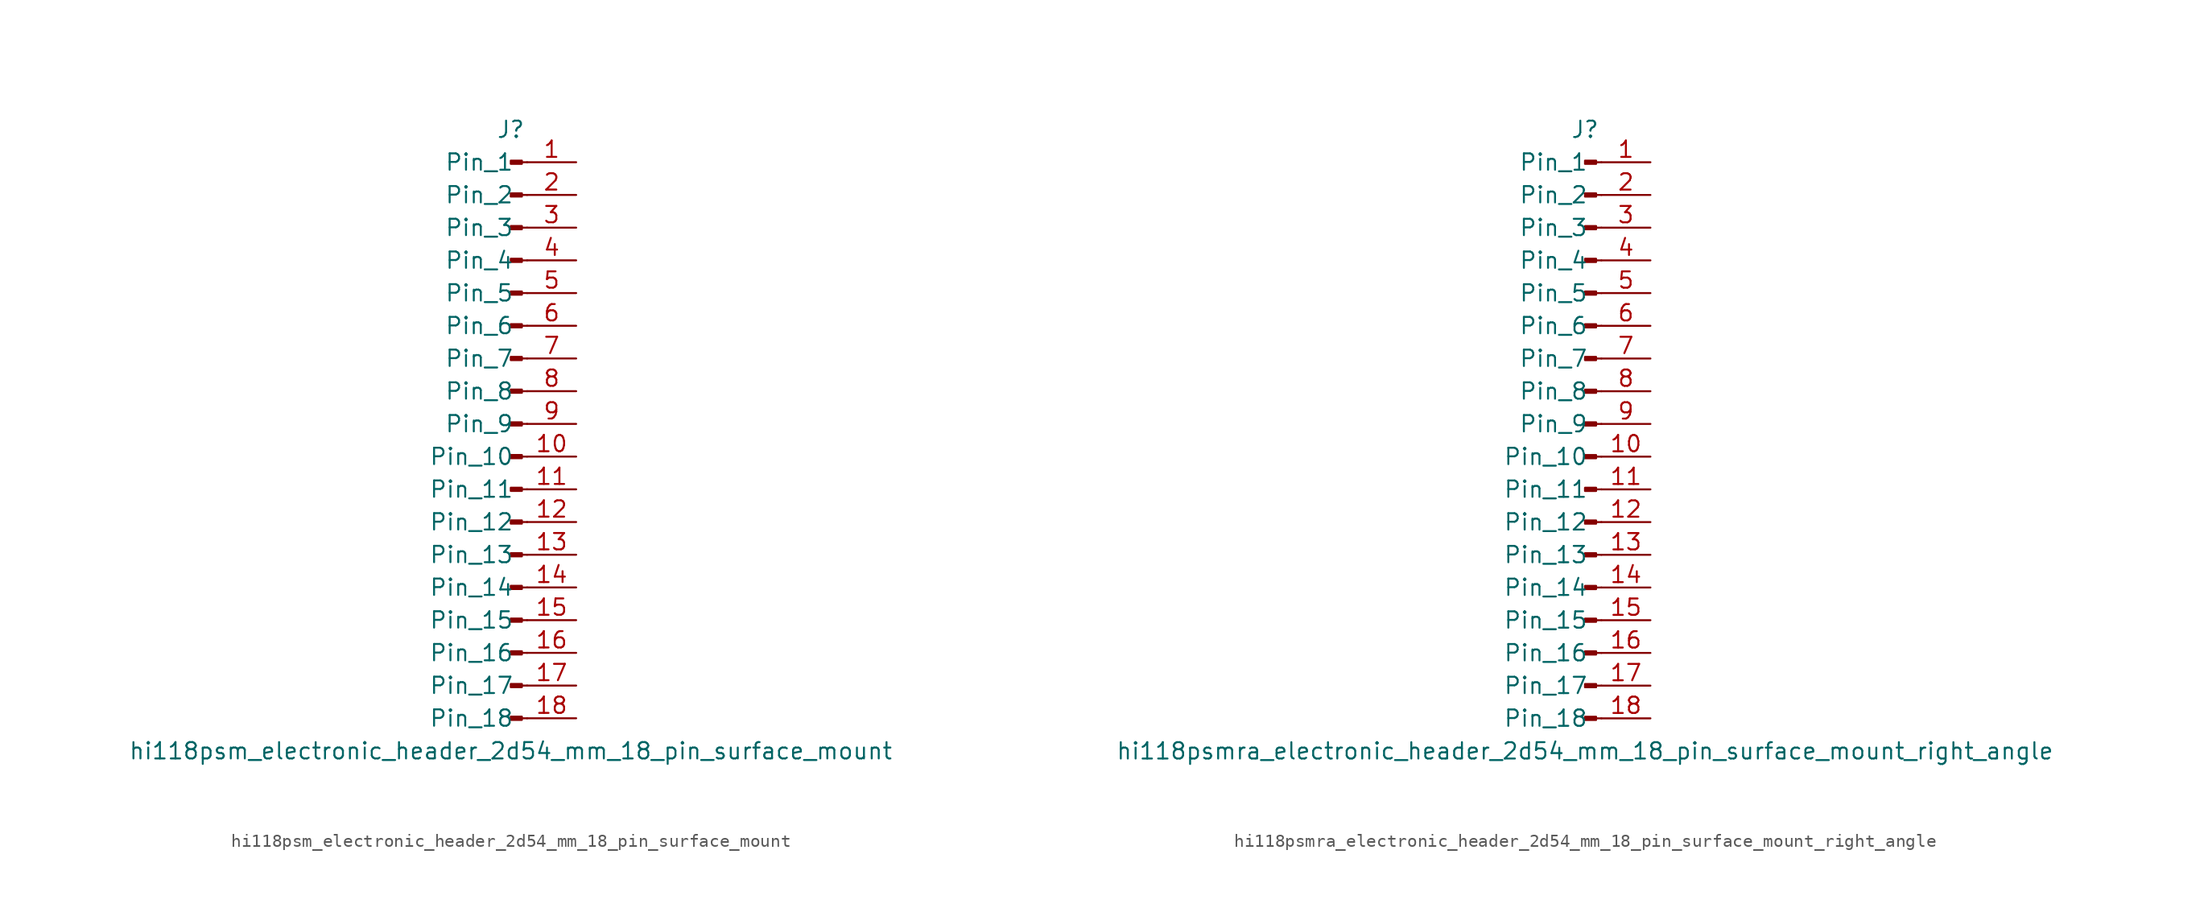
<source format=kicad_sym>
(kicad_symbol_lib
  (version 20220914)
  (generator kicad_symbol_editor)
  (symbol "hi118psm_electronic_header_2d54_mm_18_pin_surface_mount"
    (pin_names
      (offset 1.016))
    (property "Reference" "J"
      (at 0 22.86 0)
      (effects (font (size 1.27 1.27))))
    (property "Value" "hi118psm_electronic_header_2d54_mm_18_pin_surface_mount"
      (at 0 -25.4 0)
      (effects (font (size 1.27 1.27))))
    (property "ki_locked" ""
      (at 0 0 0)
      (effects (font (size 1.27 1.27))))
    (symbol "hi118psm_electronic_header_2d54_mm_18_pin_surface_mount_1_1"
      (polyline (pts (xy 1.27 -22.86) (xy 0.864 -22.86)) (stroke (width 0.152) (type default)) (fill (type none)))
      (polyline (pts (xy 1.27 -20.32) (xy 0.864 -20.32)) (stroke (width 0.152) (type default)) (fill (type none)))
      (polyline (pts (xy 1.27 -17.78) (xy 0.864 -17.78)) (stroke (width 0.152) (type default)) (fill (type none)))
      (polyline (pts (xy 1.27 -15.24) (xy 0.864 -15.24)) (stroke (width 0.152) (type default)) (fill (type none)))
      (polyline (pts (xy 1.27 -12.7) (xy 0.864 -12.7)) (stroke (width 0.152) (type default)) (fill (type none)))
      (polyline (pts (xy 1.27 -10.16) (xy 0.864 -10.16)) (stroke (width 0.152) (type default)) (fill (type none)))
      (polyline (pts (xy 1.27 -7.62) (xy 0.864 -7.62)) (stroke (width 0.152) (type default)) (fill (type none)))
      (polyline (pts (xy 1.27 -5.08) (xy 0.864 -5.08)) (stroke (width 0.152) (type default)) (fill (type none)))
      (polyline (pts (xy 1.27 -2.54) (xy 0.864 -2.54)) (stroke (width 0.152) (type default)) (fill (type none)))
      (polyline (pts (xy 1.27 0) (xy 0.864 0)) (stroke (width 0.152) (type default)) (fill (type none)))
      (polyline (pts (xy 1.27 2.54) (xy 0.864 2.54)) (stroke (width 0.152) (type default)) (fill (type none)))
      (polyline (pts (xy 1.27 5.08) (xy 0.864 5.08)) (stroke (width 0.152) (type default)) (fill (type none)))
      (polyline (pts (xy 1.27 7.62) (xy 0.864 7.62)) (stroke (width 0.152) (type default)) (fill (type none)))
      (polyline (pts (xy 1.27 10.16) (xy 0.864 10.16)) (stroke (width 0.152) (type default)) (fill (type none)))
      (polyline (pts (xy 1.27 12.7) (xy 0.864 12.7)) (stroke (width 0.152) (type default)) (fill (type none)))
      (polyline (pts (xy 1.27 15.24) (xy 0.864 15.24)) (stroke (width 0.152) (type default)) (fill (type none)))
      (polyline (pts (xy 1.27 17.78) (xy 0.864 17.78)) (stroke (width 0.152) (type default)) (fill (type none)))
      (polyline (pts (xy 1.27 20.32) (xy 0.864 20.32)) (stroke (width 0.152) (type default)) (fill (type none)))
      (rectangle (start 0.864 -22.733) (end 0 -22.987) (stroke (width 0.152) (type default)) (fill (type outline)))
      (rectangle (start 0.864 -20.193) (end 0 -20.447) (stroke (width 0.152) (type default)) (fill (type outline)))
      (rectangle (start 0.864 -17.653) (end 0 -17.907) (stroke (width 0.152) (type default)) (fill (type outline)))
      (rectangle (start 0.864 -15.113) (end 0 -15.367) (stroke (width 0.152) (type default)) (fill (type outline)))
      (rectangle (start 0.864 -12.573) (end 0 -12.827) (stroke (width 0.152) (type default)) (fill (type outline)))
      (rectangle (start 0.864 -10.033) (end 0 -10.287) (stroke (width 0.152) (type default)) (fill (type outline)))
      (rectangle (start 0.864 -7.493) (end 0 -7.747) (stroke (width 0.152) (type default)) (fill (type outline)))
      (rectangle (start 0.864 -4.953) (end 0 -5.207) (stroke (width 0.152) (type default)) (fill (type outline)))
      (rectangle (start 0.864 -2.413) (end 0 -2.667) (stroke (width 0.152) (type default)) (fill (type outline)))
      (rectangle (start 0.864 0.127) (end 0 -0.127) (stroke (width 0.152) (type default)) (fill (type outline)))
      (rectangle (start 0.864 2.667) (end 0 2.413) (stroke (width 0.152) (type default)) (fill (type outline)))
      (rectangle (start 0.864 5.207) (end 0 4.953) (stroke (width 0.152) (type default)) (fill (type outline)))
      (rectangle (start 0.864 7.747) (end 0 7.493) (stroke (width 0.152) (type default)) (fill (type outline)))
      (rectangle (start 0.864 10.287) (end 0 10.033) (stroke (width 0.152) (type default)) (fill (type outline)))
      (rectangle (start 0.864 12.827) (end 0 12.573) (stroke (width 0.152) (type default)) (fill (type outline)))
      (rectangle (start 0.864 15.367) (end 0 15.113) (stroke (width 0.152) (type default)) (fill (type outline)))
      (rectangle (start 0.864 17.907) (end 0 17.653) (stroke (width 0.152) (type default)) (fill (type outline)))
      (rectangle (start 0.864 20.447) (end 0 20.193) (stroke (width 0.152) (type default)) (fill (type outline)))
      (pin passive line (at 5.08 20.32 180) (length 3.81) (name "Pin_1" (effects (font (size 1.27 1.27)))) (number "1" (effects (font (size 1.27 1.27)))))
      (pin passive line (at 5.08 -2.54 180) (length 3.81) (name "Pin_10" (effects (font (size 1.27 1.27)))) (number "10" (effects (font (size 1.27 1.27)))))
      (pin passive line (at 5.08 -5.08 180) (length 3.81) (name "Pin_11" (effects (font (size 1.27 1.27)))) (number "11" (effects (font (size 1.27 1.27)))))
      (pin passive line (at 5.08 -7.62 180) (length 3.81) (name "Pin_12" (effects (font (size 1.27 1.27)))) (number "12" (effects (font (size 1.27 1.27)))))
      (pin passive line (at 5.08 -10.16 180) (length 3.81) (name "Pin_13" (effects (font (size 1.27 1.27)))) (number "13" (effects (font (size 1.27 1.27)))))
      (pin passive line (at 5.08 -12.7 180) (length 3.81) (name "Pin_14" (effects (font (size 1.27 1.27)))) (number "14" (effects (font (size 1.27 1.27)))))
      (pin passive line (at 5.08 -15.24 180) (length 3.81) (name "Pin_15" (effects (font (size 1.27 1.27)))) (number "15" (effects (font (size 1.27 1.27)))))
      (pin passive line (at 5.08 -17.78 180) (length 3.81) (name "Pin_16" (effects (font (size 1.27 1.27)))) (number "16" (effects (font (size 1.27 1.27)))))
      (pin passive line (at 5.08 -20.32 180) (length 3.81) (name "Pin_17" (effects (font (size 1.27 1.27)))) (number "17" (effects (font (size 1.27 1.27)))))
      (pin passive line (at 5.08 -22.86 180) (length 3.81) (name "Pin_18" (effects (font (size 1.27 1.27)))) (number "18" (effects (font (size 1.27 1.27)))))
      (pin passive line (at 5.08 17.78 180) (length 3.81) (name "Pin_2" (effects (font (size 1.27 1.27)))) (number "2" (effects (font (size 1.27 1.27)))))
      (pin passive line (at 5.08 15.24 180) (length 3.81) (name "Pin_3" (effects (font (size 1.27 1.27)))) (number "3" (effects (font (size 1.27 1.27)))))
      (pin passive line (at 5.08 12.7 180) (length 3.81) (name "Pin_4" (effects (font (size 1.27 1.27)))) (number "4" (effects (font (size 1.27 1.27)))))
      (pin passive line (at 5.08 10.16 180) (length 3.81) (name "Pin_5" (effects (font (size 1.27 1.27)))) (number "5" (effects (font (size 1.27 1.27)))))
      (pin passive line (at 5.08 7.62 180) (length 3.81) (name "Pin_6" (effects (font (size 1.27 1.27)))) (number "6" (effects (font (size 1.27 1.27)))))
      (pin passive line (at 5.08 5.08 180) (length 3.81) (name "Pin_7" (effects (font (size 1.27 1.27)))) (number "7" (effects (font (size 1.27 1.27)))))
      (pin passive line (at 5.08 2.54 180) (length 3.81) (name "Pin_8" (effects (font (size 1.27 1.27)))) (number "8" (effects (font (size 1.27 1.27)))))
      (pin passive line (at 5.08 0 180) (length 3.81) (name "Pin_9" (effects (font (size 1.27 1.27)))) (number "9" (effects (font (size 1.27 1.27)))))))
  (symbol "hi118psmra_electronic_header_2d54_mm_18_pin_surface_mount_right_angle"
    (pin_names
      (offset 1.016))
    (property "Reference" "J"
      (at 0 22.86 0)
      (effects (font (size 1.27 1.27))))
    (property "Value" "hi118psmra_electronic_header_2d54_mm_18_pin_surface_mount_right_angle"
      (at 0 -25.4 0)
      (effects (font (size 1.27 1.27))))
    (property "ki_locked" ""
      (at 0 0 0)
      (effects (font (size 1.27 1.27))))
    (symbol "hi118psmra_electronic_header_2d54_mm_18_pin_surface_mount_right_angle_1_1"
      (polyline (pts (xy 1.27 -22.86) (xy 0.864 -22.86)) (stroke (width 0.152) (type default)) (fill (type none)))
      (polyline (pts (xy 1.27 -20.32) (xy 0.864 -20.32)) (stroke (width 0.152) (type default)) (fill (type none)))
      (polyline (pts (xy 1.27 -17.78) (xy 0.864 -17.78)) (stroke (width 0.152) (type default)) (fill (type none)))
      (polyline (pts (xy 1.27 -15.24) (xy 0.864 -15.24)) (stroke (width 0.152) (type default)) (fill (type none)))
      (polyline (pts (xy 1.27 -12.7) (xy 0.864 -12.7)) (stroke (width 0.152) (type default)) (fill (type none)))
      (polyline (pts (xy 1.27 -10.16) (xy 0.864 -10.16)) (stroke (width 0.152) (type default)) (fill (type none)))
      (polyline (pts (xy 1.27 -7.62) (xy 0.864 -7.62)) (stroke (width 0.152) (type default)) (fill (type none)))
      (polyline (pts (xy 1.27 -5.08) (xy 0.864 -5.08)) (stroke (width 0.152) (type default)) (fill (type none)))
      (polyline (pts (xy 1.27 -2.54) (xy 0.864 -2.54)) (stroke (width 0.152) (type default)) (fill (type none)))
      (polyline (pts (xy 1.27 0) (xy 0.864 0)) (stroke (width 0.152) (type default)) (fill (type none)))
      (polyline (pts (xy 1.27 2.54) (xy 0.864 2.54)) (stroke (width 0.152) (type default)) (fill (type none)))
      (polyline (pts (xy 1.27 5.08) (xy 0.864 5.08)) (stroke (width 0.152) (type default)) (fill (type none)))
      (polyline (pts (xy 1.27 7.62) (xy 0.864 7.62)) (stroke (width 0.152) (type default)) (fill (type none)))
      (polyline (pts (xy 1.27 10.16) (xy 0.864 10.16)) (stroke (width 0.152) (type default)) (fill (type none)))
      (polyline (pts (xy 1.27 12.7) (xy 0.864 12.7)) (stroke (width 0.152) (type default)) (fill (type none)))
      (polyline (pts (xy 1.27 15.24) (xy 0.864 15.24)) (stroke (width 0.152) (type default)) (fill (type none)))
      (polyline (pts (xy 1.27 17.78) (xy 0.864 17.78)) (stroke (width 0.152) (type default)) (fill (type none)))
      (polyline (pts (xy 1.27 20.32) (xy 0.864 20.32)) (stroke (width 0.152) (type default)) (fill (type none)))
      (rectangle (start 0.864 -22.733) (end 0 -22.987) (stroke (width 0.152) (type default)) (fill (type outline)))
      (rectangle (start 0.864 -20.193) (end 0 -20.447) (stroke (width 0.152) (type default)) (fill (type outline)))
      (rectangle (start 0.864 -17.653) (end 0 -17.907) (stroke (width 0.152) (type default)) (fill (type outline)))
      (rectangle (start 0.864 -15.113) (end 0 -15.367) (stroke (width 0.152) (type default)) (fill (type outline)))
      (rectangle (start 0.864 -12.573) (end 0 -12.827) (stroke (width 0.152) (type default)) (fill (type outline)))
      (rectangle (start 0.864 -10.033) (end 0 -10.287) (stroke (width 0.152) (type default)) (fill (type outline)))
      (rectangle (start 0.864 -7.493) (end 0 -7.747) (stroke (width 0.152) (type default)) (fill (type outline)))
      (rectangle (start 0.864 -4.953) (end 0 -5.207) (stroke (width 0.152) (type default)) (fill (type outline)))
      (rectangle (start 0.864 -2.413) (end 0 -2.667) (stroke (width 0.152) (type default)) (fill (type outline)))
      (rectangle (start 0.864 0.127) (end 0 -0.127) (stroke (width 0.152) (type default)) (fill (type outline)))
      (rectangle (start 0.864 2.667) (end 0 2.413) (stroke (width 0.152) (type default)) (fill (type outline)))
      (rectangle (start 0.864 5.207) (end 0 4.953) (stroke (width 0.152) (type default)) (fill (type outline)))
      (rectangle (start 0.864 7.747) (end 0 7.493) (stroke (width 0.152) (type default)) (fill (type outline)))
      (rectangle (start 0.864 10.287) (end 0 10.033) (stroke (width 0.152) (type default)) (fill (type outline)))
      (rectangle (start 0.864 12.827) (end 0 12.573) (stroke (width 0.152) (type default)) (fill (type outline)))
      (rectangle (start 0.864 15.367) (end 0 15.113) (stroke (width 0.152) (type default)) (fill (type outline)))
      (rectangle (start 0.864 17.907) (end 0 17.653) (stroke (width 0.152) (type default)) (fill (type outline)))
      (rectangle (start 0.864 20.447) (end 0 20.193) (stroke (width 0.152) (type default)) (fill (type outline)))
      (pin passive line (at 5.08 20.32 180) (length 3.81) (name "Pin_1" (effects (font (size 1.27 1.27)))) (number "1" (effects (font (size 1.27 1.27)))))
      (pin passive line (at 5.08 -2.54 180) (length 3.81) (name "Pin_10" (effects (font (size 1.27 1.27)))) (number "10" (effects (font (size 1.27 1.27)))))
      (pin passive line (at 5.08 -5.08 180) (length 3.81) (name "Pin_11" (effects (font (size 1.27 1.27)))) (number "11" (effects (font (size 1.27 1.27)))))
      (pin passive line (at 5.08 -7.62 180) (length 3.81) (name "Pin_12" (effects (font (size 1.27 1.27)))) (number "12" (effects (font (size 1.27 1.27)))))
      (pin passive line (at 5.08 -10.16 180) (length 3.81) (name "Pin_13" (effects (font (size 1.27 1.27)))) (number "13" (effects (font (size 1.27 1.27)))))
      (pin passive line (at 5.08 -12.7 180) (length 3.81) (name "Pin_14" (effects (font (size 1.27 1.27)))) (number "14" (effects (font (size 1.27 1.27)))))
      (pin passive line (at 5.08 -15.24 180) (length 3.81) (name "Pin_15" (effects (font (size 1.27 1.27)))) (number "15" (effects (font (size 1.27 1.27)))))
      (pin passive line (at 5.08 -17.78 180) (length 3.81) (name "Pin_16" (effects (font (size 1.27 1.27)))) (number "16" (effects (font (size 1.27 1.27)))))
      (pin passive line (at 5.08 -20.32 180) (length 3.81) (name "Pin_17" (effects (font (size 1.27 1.27)))) (number "17" (effects (font (size 1.27 1.27)))))
      (pin passive line (at 5.08 -22.86 180) (length 3.81) (name "Pin_18" (effects (font (size 1.27 1.27)))) (number "18" (effects (font (size 1.27 1.27)))))
      (pin passive line (at 5.08 17.78 180) (length 3.81) (name "Pin_2" (effects (font (size 1.27 1.27)))) (number "2" (effects (font (size 1.27 1.27)))))
      (pin passive line (at 5.08 15.24 180) (length 3.81) (name "Pin_3" (effects (font (size 1.27 1.27)))) (number "3" (effects (font (size 1.27 1.27)))))
      (pin passive line (at 5.08 12.7 180) (length 3.81) (name "Pin_4" (effects (font (size 1.27 1.27)))) (number "4" (effects (font (size 1.27 1.27)))))
      (pin passive line (at 5.08 10.16 180) (length 3.81) (name "Pin_5" (effects (font (size 1.27 1.27)))) (number "5" (effects (font (size 1.27 1.27)))))
      (pin passive line (at 5.08 7.62 180) (length 3.81) (name "Pin_6" (effects (font (size 1.27 1.27)))) (number "6" (effects (font (size 1.27 1.27)))))
      (pin passive line (at 5.08 5.08 180) (length 3.81) (name "Pin_7" (effects (font (size 1.27 1.27)))) (number "7" (effects (font (size 1.27 1.27)))))
      (pin passive line (at 5.08 2.54 180) (length 3.81) (name "Pin_8" (effects (font (size 1.27 1.27)))) (number "8" (effects (font (size 1.27 1.27)))))
      (pin passive line (at 5.08 0 180) (length 3.81) (name "Pin_9" (effects (font (size 1.27 1.27)))) (number "9" (effects (font (size 1.27 1.27))))))))
</source>
